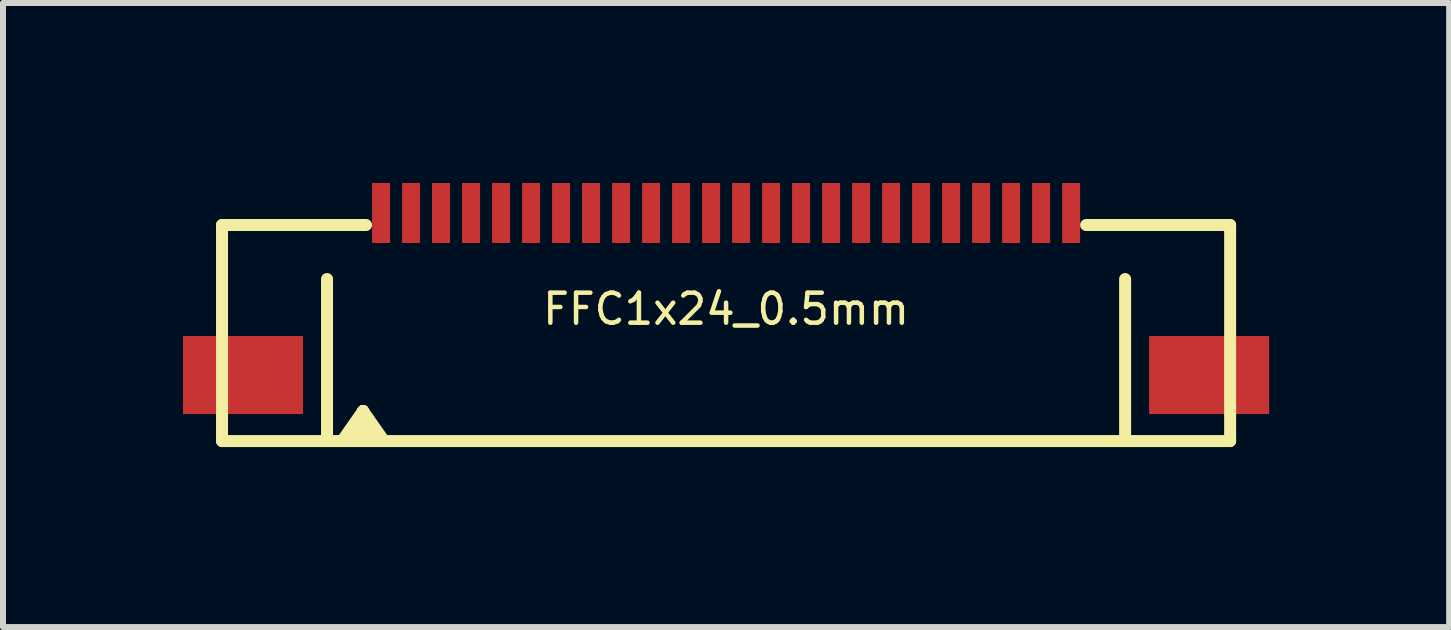
<source format=kicad_pcb>
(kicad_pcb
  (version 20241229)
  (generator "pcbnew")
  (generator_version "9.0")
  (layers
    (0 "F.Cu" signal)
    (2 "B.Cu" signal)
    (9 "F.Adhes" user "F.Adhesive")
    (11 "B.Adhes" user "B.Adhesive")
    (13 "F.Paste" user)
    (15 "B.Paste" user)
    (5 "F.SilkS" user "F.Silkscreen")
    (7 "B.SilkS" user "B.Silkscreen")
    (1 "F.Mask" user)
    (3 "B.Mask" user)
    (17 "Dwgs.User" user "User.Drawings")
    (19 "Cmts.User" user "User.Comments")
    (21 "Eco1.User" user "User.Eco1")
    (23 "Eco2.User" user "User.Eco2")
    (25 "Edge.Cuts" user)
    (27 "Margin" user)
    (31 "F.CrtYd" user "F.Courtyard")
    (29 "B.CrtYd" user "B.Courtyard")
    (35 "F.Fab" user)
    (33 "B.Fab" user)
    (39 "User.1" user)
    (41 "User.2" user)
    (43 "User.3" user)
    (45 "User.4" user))
  (footprint "FFC1x24_0.5mm"
    (layer "F.Cu")
    (at 9.05 0.5)
    (property "Reference" "FFC1x24_0.5mm" (at 0 1.6 0) (layer "F.SilkS") (effects (font (size 0.5 0.5) (thickness 0.075))))
    (attr through_hole)
    (fp_line (start -8.4 0.2) (end -8.4 3.8) (stroke (width 0.2) (type solid)) (layer "F.SilkS"))
    (fp_line (start -8.4 0.2) (end -6 0.2) (stroke (width 0.2) (type solid)) (layer "F.SilkS"))
    (fp_line (start -8.4 3.8) (end 8.4 3.8) (stroke (width 0.2) (type solid)) (layer "F.SilkS"))
    (fp_line (start -6.65 1.1) (end -6.65 2.5) (stroke (width 0.2) (type solid)) (layer "F.SilkS"))
    (fp_line (start -6.65 3.8) (end -6.65 2.5) (stroke (width 0.2) (type solid)) (layer "F.SilkS"))
    (fp_line (start -6.4 3.8) (end -6.05 3.3) (stroke (width 0.2) (type solid)) (layer "F.SilkS"))
    (fp_line (start -6.05 3.3) (end -6.25 3.8) (stroke (width 0.2) (type solid)) (layer "F.SilkS"))
    (fp_line (start -6.05 3.3) (end -6.05 3.8) (stroke (width 0.2) (type solid)) (layer "F.SilkS"))
    (fp_line (start -6.05 3.3) (end -5.85 3.8) (stroke (width 0.2) (type solid)) (layer "F.SilkS"))
    (fp_line (start -6.05 3.3) (end -5.7 3.8) (stroke (width 0.2) (type solid)) (layer "F.SilkS"))
    (fp_line (start 6 0.2) (end 8.4 0.2) (stroke (width 0.2) (type solid)) (layer "F.SilkS"))
    (fp_line (start 6.65 1.1) (end 6.65 3.8) (stroke (width 0.2) (type solid)) (layer "F.SilkS"))
    (fp_line (start 8.4 0.2) (end 8.4 3.8) (stroke (width 0.2) (type solid)) (layer "F.SilkS"))
    (pad "1" smd rect (at -5.75 0) (size 0.3 1) (layers "F.Cu" "F.Mask" "F.Paste"))
    (pad "2" smd rect (at -5.25 0) (size 0.3 1) (layers "F.Cu" "F.Mask" "F.Paste"))
    (pad "3" smd rect (at -4.75 0) (size 0.3 1) (layers "F.Cu" "F.Mask" "F.Paste"))
    (pad "4" smd rect (at -4.25 0) (size 0.3 1) (layers "F.Cu" "F.Mask" "F.Paste"))
    (pad "5" smd rect (at -3.75 0) (size 0.3 1) (layers "F.Cu" "F.Mask" "F.Paste"))
    (pad "6" smd rect (at -3.25 0) (size 0.3 1) (layers "F.Cu" "F.Mask" "F.Paste"))
    (pad "7" smd rect (at -2.75 0) (size 0.3 1) (layers "F.Cu" "F.Mask" "F.Paste"))
    (pad "8" smd rect (at -2.25 0) (size 0.3 1) (layers "F.Cu" "F.Mask" "F.Paste"))
    (pad "9" smd rect (at -1.75 0) (size 0.3 1) (layers "F.Cu" "F.Mask" "F.Paste"))
    (pad "10" smd rect (at -1.25 0) (size 0.3 1) (layers "F.Cu" "F.Mask" "F.Paste"))
    (pad "11" smd rect (at -0.75 0) (size 0.3 1) (layers "F.Cu" "F.Mask" "F.Paste"))
    (pad "12" smd rect (at -0.25 0) (size 0.3 1) (layers "F.Cu" "F.Mask" "F.Paste"))
    (pad "13" smd rect (at 0.25 0) (size 0.3 1) (layers "F.Cu" "F.Mask" "F.Paste"))
    (pad "14" smd rect (at 0.75 0) (size 0.3 1) (layers "F.Cu" "F.Mask" "F.Paste"))
    (pad "15" smd rect (at 1.25 0) (size 0.3 1) (layers "F.Cu" "F.Mask" "F.Paste"))
    (pad "16" smd rect (at 1.75 0) (size 0.3 1) (layers "F.Cu" "F.Mask" "F.Paste"))
    (pad "17" smd rect (at 2.25 0) (size 0.3 1) (layers "F.Cu" "F.Mask" "F.Paste"))
    (pad "18" smd rect (at 2.75 0) (size 0.3 1) (layers "F.Cu" "F.Mask" "F.Paste"))
    (pad "19" smd rect (at 3.25 0) (size 0.3 1) (layers "F.Cu" "F.Mask" "F.Paste"))
    (pad "20" smd rect (at 3.75 0) (size 0.3 1) (layers "F.Cu" "F.Mask" "F.Paste"))
    (pad "21" smd rect (at 4.25 0) (size 0.3 1) (layers "F.Cu" "F.Mask" "F.Paste"))
    (pad "22" smd rect (at 4.75 0) (size 0.3 1) (layers "F.Cu" "F.Mask" "F.Paste"))
    (pad "23" smd rect (at 5.25 0) (size 0.3 1) (layers "F.Cu" "F.Mask" "F.Paste"))
    (pad "24" smd rect (at 5.75 0) (size 0.3 1) (layers "F.Cu" "F.Mask" "F.Paste"))
    (pad "25" smd rect (at -8.05 2.7) (size 2 1.3) (layers "F.Cu" "F.Mask" "F.Paste"))
    (pad "25" smd rect (at 8.05 2.7) (size 2 1.3) (layers "F.Cu" "F.Mask" "F.Paste")))
  (gr_rect
    (start -3 -3)
    (end 21.1 7.4)
    (stroke (width 0.1) (type default))
    (fill no)
    (layer "Edge.Cuts")))
</source>
